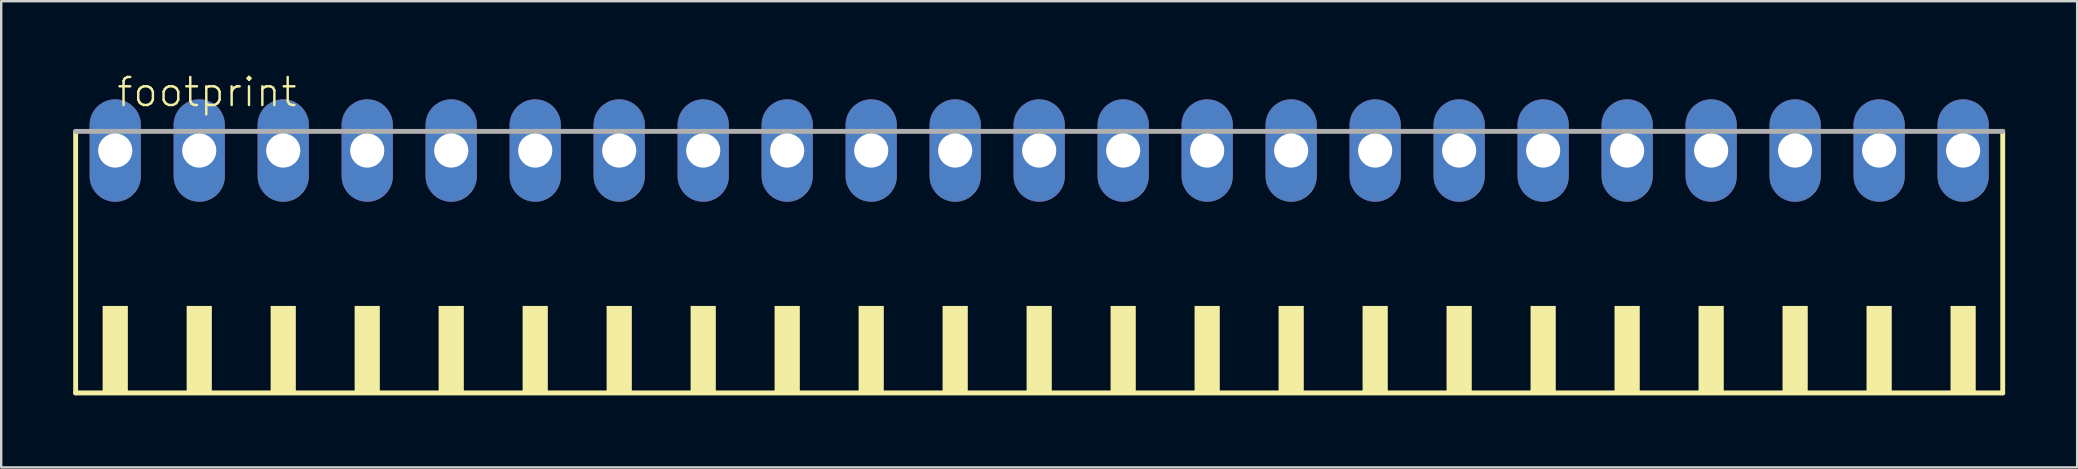
<source format=kicad_pcb>
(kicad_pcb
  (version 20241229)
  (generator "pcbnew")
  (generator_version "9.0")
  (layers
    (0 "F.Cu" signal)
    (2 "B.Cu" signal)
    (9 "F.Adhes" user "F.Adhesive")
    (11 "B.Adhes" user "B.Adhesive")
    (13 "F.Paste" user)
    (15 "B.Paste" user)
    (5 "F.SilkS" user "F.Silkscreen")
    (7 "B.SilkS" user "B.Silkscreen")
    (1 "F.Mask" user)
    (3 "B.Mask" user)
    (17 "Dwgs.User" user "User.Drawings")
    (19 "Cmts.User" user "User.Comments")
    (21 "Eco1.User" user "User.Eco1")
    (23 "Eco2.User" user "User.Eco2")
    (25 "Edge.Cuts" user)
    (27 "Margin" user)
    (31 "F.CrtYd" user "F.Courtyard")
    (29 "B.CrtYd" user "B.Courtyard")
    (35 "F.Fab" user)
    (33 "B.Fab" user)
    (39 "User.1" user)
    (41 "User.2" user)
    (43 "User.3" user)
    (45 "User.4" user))
  (footprint "footprint"
    (layer "F.Cu")
    (at 40.252 8.473)
    (property "Reference" "footprint" (at -38.5 -7 0) (layer "F.SilkS") (effects (font (size 1.168 1.168) (thickness 0.102)) (justify left bottom)))
    (fp_line (start -40.15 -6.05) (end -40.15 4.85) (stroke (width 0.203) (type solid)) (layer "F.SilkS"))
    (fp_line (start -40.15 4.85) (end 40.15 4.85) (stroke (width 0.203) (type solid)) (layer "F.SilkS"))
    (fp_line (start 40.15 4.85) (end 40.15 -6.05) (stroke (width 0.203) (type solid)) (layer "F.SilkS"))
    (fp_poly (pts (xy -39.025 4.9) (xy -37.975 4.9) (xy -37.975 1.225) (xy -39.025 1.225)) (stroke (width 0) (type solid)) (fill yes) (layer "F.SilkS"))
    (fp_poly (pts (xy -35.525 4.9) (xy -34.475 4.9) (xy -34.475 1.225) (xy -35.525 1.225)) (stroke (width 0) (type solid)) (fill yes) (layer "F.SilkS"))
    (fp_poly (pts (xy -32.025 4.9) (xy -30.975 4.9) (xy -30.975 1.225) (xy -32.025 1.225)) (stroke (width 0) (type solid)) (fill yes) (layer "F.SilkS"))
    (fp_poly (pts (xy -28.525 4.9) (xy -27.475 4.9) (xy -27.475 1.225) (xy -28.525 1.225)) (stroke (width 0) (type solid)) (fill yes) (layer "F.SilkS"))
    (fp_poly (pts (xy -25.025 4.9) (xy -23.975 4.9) (xy -23.975 1.225) (xy -25.025 1.225)) (stroke (width 0) (type solid)) (fill yes) (layer "F.SilkS"))
    (fp_poly (pts (xy -21.525 4.9) (xy -20.475 4.9) (xy -20.475 1.225) (xy -21.525 1.225)) (stroke (width 0) (type solid)) (fill yes) (layer "F.SilkS"))
    (fp_poly (pts (xy -18.025 4.9) (xy -16.975 4.9) (xy -16.975 1.225) (xy -18.025 1.225)) (stroke (width 0) (type solid)) (fill yes) (layer "F.SilkS"))
    (fp_poly (pts (xy -14.525 4.9) (xy -13.475 4.9) (xy -13.475 1.225) (xy -14.525 1.225)) (stroke (width 0) (type solid)) (fill yes) (layer "F.SilkS"))
    (fp_poly (pts (xy -11.025 4.9) (xy -9.975 4.9) (xy -9.975 1.225) (xy -11.025 1.225)) (stroke (width 0) (type solid)) (fill yes) (layer "F.SilkS"))
    (fp_poly (pts (xy -7.525 4.9) (xy -6.475 4.9) (xy -6.475 1.225) (xy -7.525 1.225)) (stroke (width 0) (type solid)) (fill yes) (layer "F.SilkS"))
    (fp_poly (pts (xy -4.025 4.9) (xy -2.975 4.9) (xy -2.975 1.225) (xy -4.025 1.225)) (stroke (width 0) (type solid)) (fill yes) (layer "F.SilkS"))
    (fp_poly (pts (xy -0.525 4.9) (xy 0.525 4.9) (xy 0.525 1.225) (xy -0.525 1.225)) (stroke (width 0) (type solid)) (fill yes) (layer "F.SilkS"))
    (fp_poly (pts (xy 2.975 4.9) (xy 4.025 4.9) (xy 4.025 1.225) (xy 2.975 1.225)) (stroke (width 0) (type solid)) (fill yes) (layer "F.SilkS"))
    (fp_poly (pts (xy 6.475 4.9) (xy 7.525 4.9) (xy 7.525 1.225) (xy 6.475 1.225)) (stroke (width 0) (type solid)) (fill yes) (layer "F.SilkS"))
    (fp_poly (pts (xy 9.975 4.9) (xy 11.025 4.9) (xy 11.025 1.225) (xy 9.975 1.225)) (stroke (width 0) (type solid)) (fill yes) (layer "F.SilkS"))
    (fp_poly (pts (xy 13.475 4.9) (xy 14.525 4.9) (xy 14.525 1.225) (xy 13.475 1.225)) (stroke (width 0) (type solid)) (fill yes) (layer "F.SilkS"))
    (fp_poly (pts (xy 16.975 4.9) (xy 18.025 4.9) (xy 18.025 1.225) (xy 16.975 1.225)) (stroke (width 0) (type solid)) (fill yes) (layer "F.SilkS"))
    (fp_poly (pts (xy 20.475 4.9) (xy 21.525 4.9) (xy 21.525 1.225) (xy 20.475 1.225)) (stroke (width 0) (type solid)) (fill yes) (layer "F.SilkS"))
    (fp_poly (pts (xy 23.975 4.9) (xy 25.025 4.9) (xy 25.025 1.225) (xy 23.975 1.225)) (stroke (width 0) (type solid)) (fill yes) (layer "F.SilkS"))
    (fp_poly (pts (xy 27.475 4.9) (xy 28.525 4.9) (xy 28.525 1.225) (xy 27.475 1.225)) (stroke (width 0) (type solid)) (fill yes) (layer "F.SilkS"))
    (fp_poly (pts (xy 30.975 4.9) (xy 32.025 4.9) (xy 32.025 1.225) (xy 30.975 1.225)) (stroke (width 0) (type solid)) (fill yes) (layer "F.SilkS"))
    (fp_poly (pts (xy 34.475 4.9) (xy 35.525 4.9) (xy 35.525 1.225) (xy 34.475 1.225)) (stroke (width 0) (type solid)) (fill yes) (layer "F.SilkS"))
    (fp_poly (pts (xy 37.975 4.9) (xy 39.025 4.9) (xy 39.025 1.225) (xy 37.975 1.225)) (stroke (width 0) (type solid)) (fill yes) (layer "F.SilkS"))
    (fp_line (start 40.15 -6.05) (end -40.15 -6.05) (stroke (width 0.203) (type solid)) (layer "F.Fab"))
    (pad "1" thru_hole oval (at -38.5 -5.25 90) (size 4.267 2.134) (drill 1.422) (layers "*.Cu" "*.Mask"))
    (pad "2" thru_hole oval (at -35 -5.25 90) (size 4.267 2.134) (drill 1.422) (layers "*.Cu" "*.Mask"))
    (pad "3" thru_hole oval (at -31.5 -5.25 90) (size 4.267 2.134) (drill 1.422) (layers "*.Cu" "*.Mask"))
    (pad "4" thru_hole oval (at -28 -5.25 90) (size 4.267 2.134) (drill 1.422) (layers "*.Cu" "*.Mask"))
    (pad "5" thru_hole oval (at -24.5 -5.25 90) (size 4.267 2.134) (drill 1.422) (layers "*.Cu" "*.Mask"))
    (pad "6" thru_hole oval (at -21 -5.25 90) (size 4.267 2.134) (drill 1.422) (layers "*.Cu" "*.Mask"))
    (pad "7" thru_hole oval (at -17.5 -5.25 90) (size 4.267 2.134) (drill 1.422) (layers "*.Cu" "*.Mask"))
    (pad "8" thru_hole oval (at -14 -5.25 90) (size 4.267 2.134) (drill 1.422) (layers "*.Cu" "*.Mask"))
    (pad "9" thru_hole oval (at -10.5 -5.25 90) (size 4.267 2.134) (drill 1.422) (layers "*.Cu" "*.Mask"))
    (pad "10" thru_hole oval (at -7 -5.25 90) (size 4.267 2.134) (drill 1.422) (layers "*.Cu" "*.Mask"))
    (pad "11" thru_hole oval (at -3.5 -5.25 90) (size 4.267 2.134) (drill 1.422) (layers "*.Cu" "*.Mask"))
    (pad "12" thru_hole oval (at 0 -5.25 90) (size 4.267 2.134) (drill 1.422) (layers "*.Cu" "*.Mask"))
    (pad "13" thru_hole oval (at 3.5 -5.25 90) (size 4.267 2.134) (drill 1.422) (layers "*.Cu" "*.Mask"))
    (pad "14" thru_hole oval (at 7 -5.25 90) (size 4.267 2.134) (drill 1.422) (layers "*.Cu" "*.Mask"))
    (pad "15" thru_hole oval (at 10.5 -5.25 90) (size 4.267 2.134) (drill 1.422) (layers "*.Cu" "*.Mask"))
    (pad "16" thru_hole oval (at 14 -5.25 90) (size 4.267 2.134) (drill 1.422) (layers "*.Cu" "*.Mask"))
    (pad "17" thru_hole oval (at 17.5 -5.25 90) (size 4.267 2.134) (drill 1.422) (layers "*.Cu" "*.Mask"))
    (pad "18" thru_hole oval (at 21 -5.25 90) (size 4.267 2.134) (drill 1.422) (layers "*.Cu" "*.Mask"))
    (pad "19" thru_hole oval (at 24.5 -5.25 90) (size 4.267 2.134) (drill 1.422) (layers "*.Cu" "*.Mask"))
    (pad "20" thru_hole oval (at 28 -5.25 90) (size 4.267 2.134) (drill 1.422) (layers "*.Cu" "*.Mask"))
    (pad "21" thru_hole oval (at 31.5 -5.25 90) (size 4.267 2.134) (drill 1.422) (layers "*.Cu" "*.Mask"))
    (pad "22" thru_hole oval (at 35 -5.25 90) (size 4.267 2.134) (drill 1.422) (layers "*.Cu" "*.Mask"))
    (pad "23" thru_hole oval (at 38.5 -5.25 90) (size 4.267 2.134) (drill 1.422) (layers "*.Cu" "*.Mask")))
  (gr_rect
    (start -3 -3)
    (end 83.503 16.425)
    (stroke (width 0.1) (type default))
    (fill no)
    (layer "Edge.Cuts")))
</source>
